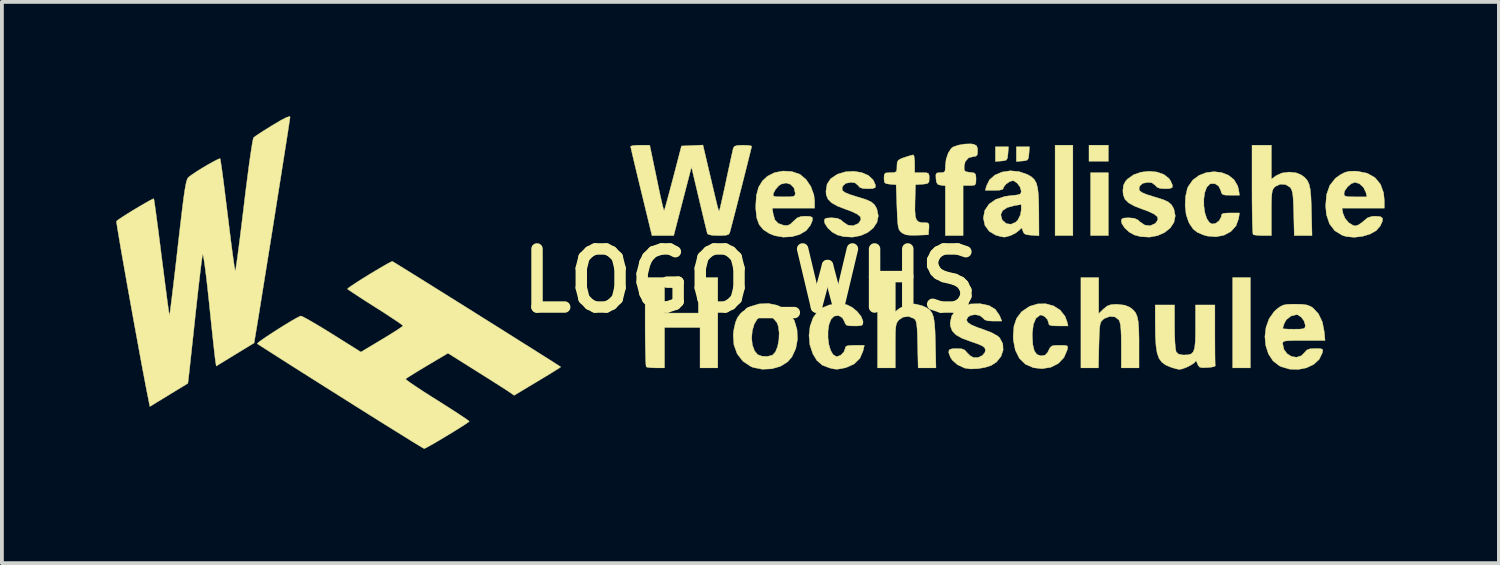
<source format=kicad_pcb>
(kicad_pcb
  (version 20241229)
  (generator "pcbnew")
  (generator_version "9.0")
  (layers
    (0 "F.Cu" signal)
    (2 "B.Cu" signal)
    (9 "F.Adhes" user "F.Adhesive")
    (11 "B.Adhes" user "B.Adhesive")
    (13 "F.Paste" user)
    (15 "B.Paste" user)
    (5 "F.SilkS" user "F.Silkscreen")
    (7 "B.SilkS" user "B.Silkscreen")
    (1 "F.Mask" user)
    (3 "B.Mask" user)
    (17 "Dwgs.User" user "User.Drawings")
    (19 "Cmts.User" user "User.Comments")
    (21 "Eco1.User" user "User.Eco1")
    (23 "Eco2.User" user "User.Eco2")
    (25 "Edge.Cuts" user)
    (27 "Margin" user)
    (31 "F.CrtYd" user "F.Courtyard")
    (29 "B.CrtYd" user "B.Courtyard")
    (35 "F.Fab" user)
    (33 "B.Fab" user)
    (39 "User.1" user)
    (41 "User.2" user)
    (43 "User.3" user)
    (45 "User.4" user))
  (footprint "LOGO_WHS"
    (layer "F.Cu")
    (at 16.624 4.314)
    (property "Reference" "LOGO_WHS" (at 0 0 0) (layer "F.SilkS") (effects (font (size 1.524 1.524) (thickness 0.3))))
    (attr through_hole)
    (fp_poly (pts (xy 8.467 -1.185) (xy 8.001 -1.185) (xy 8.001 -3.556) (xy 8.467 -3.556) (xy 8.467 -1.185)) (stroke (width 0.01) (type solid)) (fill yes) (layer "F.SilkS"))
    (fp_poly (pts (xy 9.398 -3.133) (xy 8.89 -3.133) (xy 8.89 -3.556) (xy 9.398 -3.556) (xy 9.398 -3.133)) (stroke (width 0.01) (type solid)) (fill yes) (layer "F.SilkS"))
    (fp_poly (pts (xy 9.398 -1.185) (xy 8.932 -1.185) (xy 8.932 -2.836) (xy 9.398 -2.836) (xy 9.398 -1.185)) (stroke (width 0.01) (type solid)) (fill yes) (layer "F.SilkS"))
    (fp_poly (pts (xy 13.123 2.286) (xy 12.658 2.286) (xy 12.658 -0.085) (xy 13.123 -0.085) (xy 13.123 2.286)) (stroke (width 0.01) (type solid)) (fill yes) (layer "F.SilkS"))
    (fp_poly (pts (xy 6.765 -3.334) (xy 6.752 -3.22) (xy 6.721 -3.166) (xy 6.648 -3.146) (xy 6.593 -3.141) (xy 6.435 -3.128) (xy 6.435 -3.514) (xy 6.778 -3.514) (xy 6.765 -3.334)) (stroke (width 0.01) (type solid)) (fill yes) (layer "F.SilkS"))
    (fp_poly (pts (xy 7.316 -3.334) (xy 7.303 -3.22) (xy 7.271 -3.166) (xy 7.198 -3.146) (xy 7.144 -3.141) (xy 6.985 -3.128) (xy 6.985 -3.514) (xy 7.329 -3.514) (xy 7.316 -3.334)) (stroke (width 0.01) (type solid)) (fill yes) (layer "F.SilkS"))
    (fp_poly (pts (xy -2.244 0.847) (xy -1.355 0.847) (xy -1.355 -0.085) (xy -0.847 -0.085) (xy -0.847 2.286) (xy -1.312 2.286) (xy -1.312 1.228) (xy -2.244 1.228) (xy -2.244 2.286) (xy -2.469 2.286) (xy -2.601 2.281) (xy -2.696 2.269) (xy -2.723 2.258) (xy -2.731 2.21) (xy -2.738 2.088) (xy -2.743 1.904) (xy -2.748 1.669) (xy -2.751 1.394) (xy -2.752 1.091) (xy -2.752 1.072) (xy -2.752 -0.085) (xy -2.244 -0.085) (xy -2.244 0.847)) (stroke (width 0.01) (type solid)) (fill yes) (layer "F.SilkS"))
    (fp_poly (pts (xy 3.81 0.81) (xy 3.92 0.724) (xy 4.109 0.626) (xy 4.321 0.608) (xy 4.507 0.653) (xy 4.623 0.704) (xy 4.71 0.762) (xy 4.771 0.842) (xy 4.813 0.956) (xy 4.838 1.116) (xy 4.853 1.335) (xy 4.861 1.619) (xy 4.876 2.286) (xy 4.409 2.286) (xy 4.395 1.669) (xy 4.389 1.425) (xy 4.381 1.252) (xy 4.369 1.136) (xy 4.352 1.062) (xy 4.328 1.017) (xy 4.299 0.991) (xy 4.159 0.936) (xy 4.012 0.955) (xy 3.902 1.029) (xy 3.865 1.075) (xy 3.839 1.129) (xy 3.823 1.207) (xy 3.814 1.325) (xy 3.811 1.498) (xy 3.81 1.707) (xy 3.81 2.286) (xy 3.344 2.286) (xy 3.344 -0.085) (xy 3.81 -0.085) (xy 3.81 0.81)) (stroke (width 0.01) (type solid)) (fill yes) (layer "F.SilkS"))
    (fp_poly (pts (xy 9.144 0.863) (xy 9.272 0.74) (xy 9.367 0.663) (xy 9.466 0.627) (xy 9.608 0.617) (xy 9.621 0.617) (xy 9.83 0.641) (xy 9.961 0.696) (xy 10.047 0.762) (xy 10.111 0.838) (xy 10.154 0.938) (xy 10.182 1.075) (xy 10.196 1.264) (xy 10.202 1.517) (xy 10.202 1.649) (xy 10.202 2.286) (xy 9.737 2.286) (xy 9.737 1.703) (xy 9.735 1.451) (xy 9.727 1.271) (xy 9.714 1.147) (xy 9.692 1.066) (xy 9.671 1.025) (xy 9.571 0.949) (xy 9.439 0.936) (xy 9.302 0.986) (xy 9.265 1.012) (xy 9.225 1.049) (xy 9.197 1.093) (xy 9.179 1.16) (xy 9.167 1.265) (xy 9.159 1.422) (xy 9.152 1.647) (xy 9.151 1.689) (xy 9.138 2.286) (xy 8.678 2.286) (xy 8.678 -0.085) (xy 9.144 -0.085) (xy 9.144 0.863)) (stroke (width 0.01) (type solid)) (fill yes) (layer "F.SilkS"))
    (fp_poly (pts (xy 5.861 -3.581) (xy 5.936 -3.547) (xy 5.965 -3.478) (xy 5.969 -3.407) (xy 5.961 -3.307) (xy 5.924 -3.266) (xy 5.871 -3.26) (xy 5.732 -3.225) (xy 5.644 -3.126) (xy 5.616 -3.004) (xy 5.618 -2.908) (xy 5.651 -2.864) (xy 5.74 -2.847) (xy 5.768 -2.844) (xy 5.87 -2.831) (xy 5.915 -2.794) (xy 5.926 -2.709) (xy 5.927 -2.664) (xy 5.922 -2.558) (xy 5.894 -2.51) (xy 5.816 -2.498) (xy 5.757 -2.498) (xy 5.588 -2.498) (xy 5.588 -1.185) (xy 5.122 -1.185) (xy 5.122 -2.492) (xy 5.006 -2.505) (xy 4.927 -2.526) (xy 4.89 -2.582) (xy 4.876 -2.678) (xy 4.873 -2.781) (xy 4.898 -2.826) (xy 4.97 -2.836) (xy 4.993 -2.836) (xy 5.076 -2.843) (xy 5.113 -2.878) (xy 5.122 -2.966) (xy 5.122 -3.007) (xy 5.143 -3.189) (xy 5.199 -3.353) (xy 5.279 -3.474) (xy 5.325 -3.509) (xy 5.459 -3.556) (xy 5.628 -3.586) (xy 5.79 -3.591) (xy 5.861 -3.581)) (stroke (width 0.01) (type solid)) (fill yes) (layer "F.SilkS"))
    (fp_poly (pts (xy 13.674 -2.664) (xy 13.801 -2.758) (xy 13.951 -2.826) (xy 14.138 -2.851) (xy 14.323 -2.831) (xy 14.456 -2.777) (xy 14.547 -2.71) (xy 14.613 -2.636) (xy 14.66 -2.541) (xy 14.691 -2.41) (xy 14.71 -2.23) (xy 14.721 -1.987) (xy 14.725 -1.833) (xy 14.74 -1.185) (xy 14.274 -1.185) (xy 14.26 -1.774) (xy 14.252 -2.015) (xy 14.243 -2.187) (xy 14.229 -2.303) (xy 14.208 -2.381) (xy 14.179 -2.433) (xy 14.165 -2.451) (xy 14.047 -2.524) (xy 13.907 -2.532) (xy 13.779 -2.474) (xy 13.758 -2.455) (xy 13.724 -2.414) (xy 13.701 -2.36) (xy 13.686 -2.278) (xy 13.678 -2.154) (xy 13.674 -1.971) (xy 13.674 -1.778) (xy 13.674 -1.185) (xy 13.448 -1.185) (xy 13.316 -1.19) (xy 13.222 -1.203) (xy 13.194 -1.214) (xy 13.186 -1.262) (xy 13.18 -1.383) (xy 13.174 -1.567) (xy 13.17 -1.802) (xy 13.167 -2.077) (xy 13.166 -2.381) (xy 13.166 -2.399) (xy 13.166 -3.556) (xy 13.674 -3.556) (xy 13.674 -2.664)) (stroke (width 0.01) (type solid)) (fill yes) (layer "F.SilkS"))
    (fp_poly (pts (xy 0.718 0.645) (xy 0.929 0.755) (xy 1.034 0.849) (xy 1.163 1.049) (xy 1.232 1.284) (xy 1.244 1.535) (xy 1.199 1.779) (xy 1.098 1.996) (xy 0.987 2.126) (xy 0.799 2.244) (xy 0.568 2.31) (xy 0.32 2.321) (xy 0.083 2.274) (xy 0.019 2.249) (xy -0.188 2.111) (xy -0.337 1.918) (xy -0.423 1.682) (xy -0.436 1.497) (xy 0.041 1.497) (xy 0.06 1.681) (xy 0.117 1.838) (xy 0.2 1.937) (xy 0.313 1.98) (xy 0.457 1.985) (xy 0.588 1.95) (xy 0.591 1.948) (xy 0.666 1.866) (xy 0.722 1.725) (xy 0.756 1.55) (xy 0.763 1.365) (xy 0.741 1.196) (xy 0.707 1.101) (xy 0.606 0.981) (xy 0.466 0.915) (xy 0.318 0.917) (xy 0.305 0.92) (xy 0.193 0.998) (xy 0.11 1.134) (xy 0.059 1.308) (xy 0.041 1.497) (xy -0.436 1.497) (xy -0.442 1.414) (xy -0.423 1.27) (xy -0.383 1.094) (xy -0.333 0.971) (xy -0.259 0.871) (xy -0.204 0.817) (xy -0.003 0.681) (xy 0.232 0.608) (xy 0.479 0.596) (xy 0.718 0.645)) (stroke (width 0.01) (type solid)) (fill yes) (layer "F.SilkS"))
    (fp_poly (pts (xy 11.134 1.209) (xy 11.137 1.428) (xy 11.145 1.621) (xy 11.158 1.77) (xy 11.174 1.857) (xy 11.177 1.865) (xy 11.241 1.926) (xy 11.359 1.947) (xy 11.386 1.947) (xy 11.495 1.942) (xy 11.573 1.918) (xy 11.626 1.863) (xy 11.659 1.767) (xy 11.677 1.616) (xy 11.683 1.4) (xy 11.684 1.225) (xy 11.684 0.635) (xy 12.192 0.635) (xy 12.192 1.418) (xy 12.193 1.668) (xy 12.194 1.888) (xy 12.196 2.065) (xy 12.199 2.185) (xy 12.203 2.233) (xy 12.171 2.253) (xy 12.078 2.27) (xy 11.995 2.277) (xy 11.865 2.281) (xy 11.794 2.267) (xy 11.755 2.223) (xy 11.734 2.172) (xy 11.704 2.106) (xy 11.688 2.104) (xy 11.687 2.108) (xy 11.65 2.155) (xy 11.559 2.215) (xy 11.444 2.272) (xy 11.331 2.313) (xy 11.261 2.326) (xy 11.182 2.311) (xy 11.065 2.277) (xy 11.032 2.266) (xy 10.9 2.209) (xy 10.8 2.136) (xy 10.727 2.036) (xy 10.678 1.898) (xy 10.648 1.709) (xy 10.632 1.459) (xy 10.628 1.154) (xy 10.626 0.635) (xy 11.134 0.635) (xy 11.134 1.209)) (stroke (width 0.01) (type solid)) (fill yes) (layer "F.SilkS"))
    (fp_poly (pts (xy 7.96 0.659) (xy 8.132 0.768) (xy 8.259 0.928) (xy 8.313 1.069) (xy 8.341 1.185) (xy 8.086 1.185) (xy 7.943 1.182) (xy 7.866 1.168) (xy 7.835 1.137) (xy 7.832 1.107) (xy 7.801 1.018) (xy 7.729 0.94) (xy 7.644 0.9) (xy 7.603 0.903) (xy 7.497 0.987) (xy 7.431 1.145) (xy 7.404 1.377) (xy 7.403 1.437) (xy 7.416 1.674) (xy 7.455 1.836) (xy 7.522 1.932) (xy 7.622 1.968) (xy 7.642 1.968) (xy 7.739 1.951) (xy 7.802 1.885) (xy 7.829 1.831) (xy 7.87 1.751) (xy 7.919 1.71) (xy 8.005 1.695) (xy 8.119 1.693) (xy 8.251 1.695) (xy 8.316 1.708) (xy 8.333 1.742) (xy 8.322 1.808) (xy 8.321 1.81) (xy 8.233 2.015) (xy 8.084 2.171) (xy 7.887 2.27) (xy 7.656 2.307) (xy 7.431 2.281) (xy 7.224 2.191) (xy 7.064 2.035) (xy 6.957 1.819) (xy 6.905 1.551) (xy 6.901 1.449) (xy 6.922 1.19) (xy 6.99 0.988) (xy 7.113 0.824) (xy 7.139 0.8) (xy 7.332 0.671) (xy 7.544 0.607) (xy 7.758 0.604) (xy 7.96 0.659)) (stroke (width 0.01) (type solid)) (fill yes) (layer "F.SilkS"))
    (fp_poly (pts (xy 12.37 -2.837) (xy 12.549 -2.767) (xy 12.695 -2.65) (xy 12.79 -2.489) (xy 12.813 -2.398) (xy 12.838 -2.244) (xy 12.605 -2.244) (xy 12.471 -2.246) (xy 12.398 -2.262) (xy 12.364 -2.303) (xy 12.346 -2.372) (xy 12.29 -2.484) (xy 12.194 -2.547) (xy 12.082 -2.546) (xy 12.059 -2.536) (xy 11.979 -2.453) (xy 11.927 -2.315) (xy 11.902 -2.144) (xy 11.904 -1.959) (xy 11.93 -1.781) (xy 11.98 -1.629) (xy 12.052 -1.524) (xy 12.121 -1.489) (xy 12.218 -1.508) (xy 12.307 -1.579) (xy 12.358 -1.674) (xy 12.361 -1.7) (xy 12.373 -1.745) (xy 12.422 -1.769) (xy 12.527 -1.777) (xy 12.6 -1.778) (xy 12.838 -1.778) (xy 12.813 -1.623) (xy 12.744 -1.437) (xy 12.612 -1.292) (xy 12.432 -1.195) (xy 12.22 -1.153) (xy 11.989 -1.173) (xy 11.885 -1.204) (xy 11.73 -1.271) (xy 11.623 -1.356) (xy 11.534 -1.486) (xy 11.504 -1.542) (xy 11.439 -1.733) (xy 11.412 -1.966) (xy 11.422 -2.205) (xy 11.469 -2.415) (xy 11.492 -2.47) (xy 11.613 -2.642) (xy 11.777 -2.764) (xy 11.968 -2.837) (xy 12.171 -2.861) (xy 12.37 -2.837)) (stroke (width 0.01) (type solid)) (fill yes) (layer "F.SilkS"))
    (fp_poly (pts (xy 2.526 0.626) (xy 2.54 0.63) (xy 2.679 0.699) (xy 2.81 0.808) (xy 2.912 0.935) (xy 2.961 1.057) (xy 2.963 1.081) (xy 2.957 1.141) (xy 2.924 1.172) (xy 2.843 1.184) (xy 2.735 1.185) (xy 2.601 1.182) (xy 2.529 1.164) (xy 2.494 1.122) (xy 2.481 1.081) (xy 2.42 0.969) (xy 2.321 0.913) (xy 2.21 0.927) (xy 2.203 0.931) (xy 2.123 1.013) (xy 2.071 1.147) (xy 2.045 1.314) (xy 2.044 1.496) (xy 2.067 1.673) (xy 2.112 1.826) (xy 2.178 1.938) (xy 2.264 1.988) (xy 2.28 1.99) (xy 2.377 1.954) (xy 2.46 1.869) (xy 2.498 1.77) (xy 2.498 1.764) (xy 2.512 1.724) (xy 2.569 1.702) (xy 2.684 1.694) (xy 2.747 1.693) (xy 2.997 1.693) (xy 2.962 1.846) (xy 2.878 2.039) (xy 2.727 2.185) (xy 2.522 2.276) (xy 2.49 2.284) (xy 2.362 2.31) (xy 2.281 2.321) (xy 2.211 2.315) (xy 2.114 2.294) (xy 2.086 2.287) (xy 1.896 2.215) (xy 1.753 2.092) (xy 1.647 1.918) (xy 1.569 1.683) (xy 1.546 1.435) (xy 1.575 1.191) (xy 1.653 0.973) (xy 1.775 0.798) (xy 1.874 0.719) (xy 2.077 0.635) (xy 2.309 0.603) (xy 2.526 0.626)) (stroke (width 0.01) (type solid)) (fill yes) (layer "F.SilkS"))
    (fp_poly (pts (xy 15.931 -2.871) (xy 16.188 -2.82) (xy 16.391 -2.705) (xy 16.536 -2.531) (xy 16.618 -2.302) (xy 16.636 -2.106) (xy 16.637 -1.905) (xy 15.526 -1.905) (xy 15.552 -1.767) (xy 15.607 -1.635) (xy 15.705 -1.521) (xy 15.82 -1.451) (xy 15.881 -1.439) (xy 15.963 -1.468) (xy 16.064 -1.539) (xy 16.093 -1.566) (xy 16.201 -1.653) (xy 16.316 -1.689) (xy 16.407 -1.693) (xy 16.533 -1.682) (xy 16.59 -1.641) (xy 16.584 -1.557) (xy 16.528 -1.434) (xy 16.424 -1.316) (xy 16.261 -1.224) (xy 16.06 -1.164) (xy 15.845 -1.14) (xy 15.638 -1.16) (xy 15.536 -1.191) (xy 15.337 -1.312) (xy 15.198 -1.493) (xy 15.118 -1.735) (xy 15.097 -1.968) (xy 15.123 -2.265) (xy 15.131 -2.288) (xy 15.579 -2.288) (xy 15.586 -2.243) (xy 15.62 -2.217) (xy 15.7 -2.205) (xy 15.842 -2.201) (xy 15.88 -2.201) (xy 16.181 -2.201) (xy 16.153 -2.318) (xy 16.091 -2.447) (xy 15.988 -2.543) (xy 15.871 -2.582) (xy 15.868 -2.582) (xy 15.771 -2.548) (xy 15.672 -2.464) (xy 15.599 -2.361) (xy 15.579 -2.288) (xy 15.131 -2.288) (xy 15.207 -2.503) (xy 15.353 -2.687) (xy 15.478 -2.778) (xy 15.601 -2.842) (xy 15.714 -2.871) (xy 15.855 -2.875) (xy 15.931 -2.871)) (stroke (width 0.01) (type solid)) (fill yes) (layer "F.SilkS"))
    (fp_poly (pts (xy 4.302 -3.264) (xy 4.315 -3.165) (xy 4.318 -3.069) (xy 4.318 -2.836) (xy 4.508 -2.836) (xy 4.626 -2.833) (xy 4.681 -2.812) (xy 4.698 -2.755) (xy 4.699 -2.691) (xy 4.694 -2.599) (xy 4.662 -2.555) (xy 4.58 -2.537) (xy 4.519 -2.532) (xy 4.339 -2.519) (xy 4.327 -2.081) (xy 4.324 -1.853) (xy 4.335 -1.697) (xy 4.364 -1.599) (xy 4.416 -1.547) (xy 4.498 -1.526) (xy 4.559 -1.524) (xy 4.653 -1.519) (xy 4.691 -1.487) (xy 4.694 -1.403) (xy 4.691 -1.365) (xy 4.678 -1.206) (xy 4.378 -1.194) (xy 4.206 -1.192) (xy 4.093 -1.205) (xy 4.013 -1.238) (xy 3.976 -1.264) (xy 3.935 -1.302) (xy 3.906 -1.348) (xy 3.886 -1.416) (xy 3.872 -1.523) (xy 3.862 -1.683) (xy 3.853 -1.911) (xy 3.852 -1.933) (xy 3.831 -2.519) (xy 3.672 -2.532) (xy 3.568 -2.547) (xy 3.524 -2.584) (xy 3.514 -2.67) (xy 3.514 -2.691) (xy 3.519 -2.784) (xy 3.551 -2.825) (xy 3.634 -2.836) (xy 3.683 -2.836) (xy 3.791 -2.84) (xy 3.84 -2.869) (xy 3.852 -2.945) (xy 3.852 -3.002) (xy 3.858 -3.102) (xy 3.887 -3.161) (xy 3.962 -3.203) (xy 4.05 -3.235) (xy 4.172 -3.274) (xy 4.26 -3.298) (xy 4.283 -3.302) (xy 4.302 -3.264)) (stroke (width 0.01) (type solid)) (fill yes) (layer "F.SilkS"))
    (fp_poly (pts (xy 1.095 -2.865) (xy 1.3 -2.796) (xy 1.309 -2.791) (xy 1.468 -2.658) (xy 1.595 -2.47) (xy 1.674 -2.252) (xy 1.693 -2.087) (xy 1.693 -1.905) (xy 0.582 -1.905) (xy 0.607 -1.749) (xy 0.651 -1.597) (xy 0.736 -1.506) (xy 0.878 -1.456) (xy 0.977 -1.448) (xy 1.056 -1.483) (xy 1.138 -1.561) (xy 1.235 -1.648) (xy 1.336 -1.686) (xy 1.456 -1.693) (xy 1.582 -1.686) (xy 1.639 -1.654) (xy 1.635 -1.581) (xy 1.584 -1.458) (xy 1.473 -1.317) (xy 1.304 -1.215) (xy 1.097 -1.156) (xy 0.871 -1.144) (xy 0.645 -1.183) (xy 0.507 -1.238) (xy 0.345 -1.343) (xy 0.237 -1.476) (xy 0.174 -1.651) (xy 0.15 -1.885) (xy 0.149 -1.968) (xy 0.166 -2.241) (xy 0.168 -2.247) (xy 0.605 -2.247) (xy 0.622 -2.219) (xy 0.683 -2.205) (xy 0.804 -2.202) (xy 0.886 -2.201) (xy 1.042 -2.203) (xy 1.132 -2.212) (xy 1.173 -2.235) (xy 1.185 -2.277) (xy 1.185 -2.299) (xy 1.151 -2.437) (xy 1.062 -2.529) (xy 0.942 -2.565) (xy 0.813 -2.534) (xy 0.75 -2.49) (xy 0.666 -2.394) (xy 0.615 -2.298) (xy 0.614 -2.297) (xy 0.605 -2.247) (xy 0.168 -2.247) (xy 0.223 -2.453) (xy 0.326 -2.621) (xy 0.456 -2.742) (xy 0.642 -2.836) (xy 0.865 -2.878) (xy 1.095 -2.865)) (stroke (width 0.01) (type solid)) (fill yes) (layer "F.SilkS"))
    (fp_poly (pts (xy 6.033 0.602) (xy 6.264 0.649) (xy 6.432 0.749) (xy 6.542 0.907) (xy 6.549 0.924) (xy 6.604 1.058) (xy 6.381 1.058) (xy 6.238 1.051) (xy 6.154 1.024) (xy 6.106 0.974) (xy 6.023 0.911) (xy 5.903 0.889) (xy 5.783 0.908) (xy 5.712 0.956) (xy 5.679 1.026) (xy 5.708 1.092) (xy 5.804 1.157) (xy 5.975 1.229) (xy 6.094 1.269) (xy 6.335 1.36) (xy 6.494 1.45) (xy 6.548 1.499) (xy 6.629 1.651) (xy 6.638 1.819) (xy 6.582 1.985) (xy 6.466 2.13) (xy 6.331 2.219) (xy 6.166 2.273) (xy 5.969 2.306) (xy 5.777 2.313) (xy 5.627 2.29) (xy 5.439 2.202) (xy 5.302 2.081) (xy 5.256 2.008) (xy 5.21 1.885) (xy 5.221 1.814) (xy 5.297 1.784) (xy 5.414 1.778) (xy 5.548 1.785) (xy 5.629 1.816) (xy 5.687 1.88) (xy 5.689 1.883) (xy 5.776 1.97) (xy 5.864 2.015) (xy 5.983 2.013) (xy 6.091 1.962) (xy 6.161 1.879) (xy 6.173 1.807) (xy 6.152 1.757) (xy 6.095 1.711) (xy 5.986 1.662) (xy 5.812 1.602) (xy 5.8 1.598) (xy 5.563 1.51) (xy 5.401 1.419) (xy 5.302 1.315) (xy 5.256 1.19) (xy 5.249 1.104) (xy 5.288 0.924) (xy 5.396 0.777) (xy 5.563 0.669) (xy 5.779 0.609) (xy 6.032 0.601) (xy 6.033 0.602)) (stroke (width 0.01) (type solid)) (fill yes) (layer "F.SilkS"))
    (fp_poly (pts (xy 2.927 -2.838) (xy 3.101 -2.764) (xy 3.222 -2.652) (xy 3.24 -2.622) (xy 3.29 -2.508) (xy 3.285 -2.445) (xy 3.214 -2.418) (xy 3.092 -2.413) (xy 2.955 -2.421) (xy 2.876 -2.45) (xy 2.836 -2.498) (xy 2.758 -2.566) (xy 2.653 -2.582) (xy 2.509 -2.556) (xy 2.429 -2.482) (xy 2.413 -2.41) (xy 2.43 -2.361) (xy 2.49 -2.315) (xy 2.605 -2.266) (xy 2.787 -2.208) (xy 2.865 -2.186) (xy 3.056 -2.124) (xy 3.184 -2.064) (xy 3.266 -1.991) (xy 3.322 -1.894) (xy 3.326 -1.883) (xy 3.364 -1.701) (xy 3.329 -1.532) (xy 3.232 -1.384) (xy 3.085 -1.266) (xy 2.899 -1.183) (xy 2.686 -1.144) (xy 2.457 -1.157) (xy 2.291 -1.201) (xy 2.156 -1.275) (xy 2.04 -1.382) (xy 1.964 -1.498) (xy 1.947 -1.569) (xy 1.96 -1.62) (xy 2.013 -1.644) (xy 2.126 -1.651) (xy 2.144 -1.651) (xy 2.287 -1.639) (xy 2.385 -1.594) (xy 2.438 -1.545) (xy 2.564 -1.46) (xy 2.702 -1.443) (xy 2.829 -1.497) (xy 2.86 -1.526) (xy 2.908 -1.606) (xy 2.894 -1.678) (xy 2.812 -1.747) (xy 2.656 -1.821) (xy 2.521 -1.87) (xy 2.293 -1.958) (xy 2.136 -2.046) (xy 2.042 -2.142) (xy 1.997 -2.256) (xy 1.99 -2.347) (xy 2.02 -2.534) (xy 2.115 -2.677) (xy 2.283 -2.789) (xy 2.302 -2.798) (xy 2.507 -2.859) (xy 2.722 -2.871) (xy 2.927 -2.838)) (stroke (width 0.01) (type solid)) (fill yes) (layer "F.SilkS"))
    (fp_poly (pts (xy 10.671 -2.852) (xy 10.852 -2.789) (xy 10.988 -2.683) (xy 11.029 -2.622) (xy 11.08 -2.507) (xy 11.073 -2.444) (xy 11.001 -2.417) (xy 10.89 -2.413) (xy 10.751 -2.423) (xy 10.67 -2.457) (xy 10.635 -2.498) (xy 10.544 -2.568) (xy 10.443 -2.582) (xy 10.299 -2.556) (xy 10.218 -2.482) (xy 10.202 -2.41) (xy 10.22 -2.361) (xy 10.28 -2.315) (xy 10.394 -2.266) (xy 10.576 -2.208) (xy 10.654 -2.186) (xy 10.846 -2.124) (xy 10.973 -2.064) (xy 11.055 -1.991) (xy 11.111 -1.894) (xy 11.116 -1.883) (xy 11.153 -1.701) (xy 11.118 -1.532) (xy 11.021 -1.384) (xy 10.874 -1.266) (xy 10.688 -1.183) (xy 10.475 -1.144) (xy 10.246 -1.157) (xy 10.08 -1.201) (xy 9.946 -1.275) (xy 9.829 -1.382) (xy 9.753 -1.498) (xy 9.737 -1.569) (xy 9.75 -1.62) (xy 9.802 -1.644) (xy 9.916 -1.651) (xy 9.933 -1.651) (xy 10.076 -1.639) (xy 10.175 -1.594) (xy 10.227 -1.545) (xy 10.353 -1.46) (xy 10.492 -1.443) (xy 10.618 -1.497) (xy 10.649 -1.526) (xy 10.698 -1.606) (xy 10.684 -1.678) (xy 10.602 -1.747) (xy 10.445 -1.821) (xy 10.311 -1.87) (xy 10.084 -1.957) (xy 9.929 -2.043) (xy 9.834 -2.137) (xy 9.788 -2.252) (xy 9.779 -2.36) (xy 9.794 -2.504) (xy 9.849 -2.611) (xy 9.899 -2.666) (xy 10.059 -2.78) (xy 10.255 -2.848) (xy 10.466 -2.872) (xy 10.671 -2.852)) (stroke (width 0.01) (type solid)) (fill yes) (layer "F.SilkS"))
    (fp_poly (pts (xy 14.484 0.618) (xy 14.608 0.636) (xy 14.701 0.672) (xy 14.759 0.708) (xy 14.907 0.864) (xy 15.011 1.082) (xy 15.062 1.344) (xy 15.081 1.566) (xy 14.526 1.566) (xy 14.3 1.567) (xy 14.145 1.571) (xy 14.048 1.579) (xy 13.995 1.594) (xy 13.974 1.618) (xy 13.97 1.649) (xy 14.002 1.8) (xy 14.087 1.915) (xy 14.204 1.987) (xy 14.335 2.007) (xy 14.459 1.968) (xy 14.547 1.881) (xy 14.604 1.817) (xy 14.683 1.786) (xy 14.814 1.778) (xy 14.826 1.778) (xy 14.951 1.78) (xy 15.009 1.795) (xy 15.021 1.834) (xy 15.009 1.894) (xy 14.927 2.063) (xy 14.783 2.195) (xy 14.594 2.284) (xy 14.376 2.327) (xy 14.148 2.318) (xy 13.924 2.251) (xy 13.886 2.233) (xy 13.718 2.103) (xy 13.597 1.919) (xy 13.526 1.7) (xy 13.504 1.462) (xy 13.529 1.255) (xy 13.97 1.255) (xy 14.009 1.262) (xy 14.111 1.268) (xy 14.255 1.27) (xy 14.266 1.27) (xy 14.421 1.268) (xy 14.51 1.259) (xy 14.551 1.236) (xy 14.562 1.192) (xy 14.563 1.164) (xy 14.532 1.056) (xy 14.459 0.956) (xy 14.368 0.895) (xy 14.332 0.889) (xy 14.188 0.926) (xy 14.067 1.022) (xy 14.014 1.113) (xy 13.984 1.205) (xy 13.97 1.254) (xy 13.97 1.255) (xy 13.529 1.255) (xy 13.533 1.223) (xy 13.613 0.999) (xy 13.746 0.809) (xy 13.815 0.745) (xy 13.906 0.678) (xy 13.989 0.638) (xy 14.091 0.619) (xy 14.241 0.614) (xy 14.302 0.614) (xy 14.484 0.618)) (stroke (width 0.01) (type solid)) (fill yes) (layer "F.SilkS"))
    (fp_poly (pts (xy 7.053 -2.864) (xy 7.276 -2.787) (xy 7.283 -2.783) (xy 7.383 -2.724) (xy 7.457 -2.654) (xy 7.51 -2.559) (xy 7.544 -2.427) (xy 7.564 -2.245) (xy 7.573 -2) (xy 7.575 -1.786) (xy 7.578 -1.181) (xy 7.378 -1.194) (xy 7.253 -1.208) (xy 7.188 -1.238) (xy 7.158 -1.298) (xy 7.155 -1.307) (xy 7.133 -1.377) (xy 7.102 -1.37) (xy 7.069 -1.333) (xy 6.97 -1.254) (xy 6.832 -1.185) (xy 6.697 -1.148) (xy 6.658 -1.145) (xy 6.568 -1.161) (xy 6.449 -1.195) (xy 6.439 -1.198) (xy 6.271 -1.299) (xy 6.16 -1.453) (xy 6.119 -1.645) (xy 6.119 -1.651) (xy 6.136 -1.735) (xy 6.576 -1.735) (xy 6.607 -1.611) (xy 6.623 -1.585) (xy 6.722 -1.499) (xy 6.844 -1.482) (xy 6.967 -1.536) (xy 7.024 -1.593) (xy 7.091 -1.728) (xy 7.112 -1.853) (xy 7.112 -2) (xy 6.941 -1.973) (xy 6.746 -1.921) (xy 6.623 -1.84) (xy 6.576 -1.735) (xy 6.136 -1.735) (xy 6.158 -1.848) (xy 6.269 -2.011) (xy 6.446 -2.134) (xy 6.683 -2.212) (xy 6.839 -2.233) (xy 6.986 -2.248) (xy 7.069 -2.266) (xy 7.104 -2.298) (xy 7.112 -2.351) (xy 7.112 -2.355) (xy 7.083 -2.457) (xy 7.012 -2.555) (xy 6.926 -2.617) (xy 6.889 -2.625) (xy 6.802 -2.597) (xy 6.713 -2.534) (xy 6.654 -2.461) (xy 6.646 -2.432) (xy 6.623 -2.395) (xy 6.545 -2.376) (xy 6.409 -2.371) (xy 6.171 -2.371) (xy 6.201 -2.487) (xy 6.281 -2.649) (xy 6.423 -2.772) (xy 6.61 -2.852) (xy 6.825 -2.884) (xy 7.053 -2.864)) (stroke (width 0.01) (type solid)) (fill yes) (layer "F.SilkS"))
    (fp_poly (pts (xy -1.059 -2.806) (xy -0.984 -2.49) (xy -0.927 -2.247) (xy -0.884 -2.069) (xy -0.854 -1.947) (xy -0.833 -1.873) (xy -0.819 -1.837) (xy -0.81 -1.831) (xy -0.803 -1.847) (xy -0.796 -1.874) (xy -0.793 -1.884) (xy -0.776 -1.952) (xy -0.745 -2.087) (xy -0.703 -2.275) (xy -0.654 -2.498) (xy -0.614 -2.688) (xy -0.562 -2.929) (xy -0.515 -3.144) (xy -0.477 -3.318) (xy -0.45 -3.437) (xy -0.439 -3.482) (xy -0.408 -3.527) (xy -0.334 -3.549) (xy -0.198 -3.556) (xy -0.188 -3.556) (xy -0.061 -3.551) (xy 0.023 -3.539) (xy 0.042 -3.527) (xy 0.032 -3.481) (xy 0.004 -3.366) (xy -0.038 -3.196) (xy -0.091 -2.982) (xy -0.153 -2.738) (xy -0.219 -2.476) (xy -0.287 -2.211) (xy -0.352 -1.954) (xy -0.413 -1.719) (xy -0.465 -1.518) (xy -0.505 -1.365) (xy -0.53 -1.273) (xy -0.534 -1.259) (xy -0.561 -1.218) (xy -0.626 -1.195) (xy -0.747 -1.186) (xy -0.83 -1.185) (xy -1.007 -1.194) (xy -1.103 -1.219) (xy -1.12 -1.238) (xy -1.134 -1.294) (xy -1.165 -1.419) (xy -1.209 -1.6) (xy -1.262 -1.823) (xy -1.323 -2.077) (xy -1.337 -2.138) (xy -1.537 -2.985) (xy -1.77 -2.085) (xy -2.003 -1.185) (xy -2.573 -1.185) (xy -2.853 -2.339) (xy -2.926 -2.639) (xy -2.992 -2.913) (xy -3.048 -3.149) (xy -3.092 -3.336) (xy -3.121 -3.464) (xy -3.133 -3.522) (xy -3.133 -3.524) (xy -3.094 -3.541) (xy -2.994 -3.553) (xy -2.882 -3.556) (xy -2.632 -3.556) (xy -2.589 -3.355) (xy -2.566 -3.243) (xy -2.53 -3.068) (xy -2.484 -2.851) (xy -2.434 -2.61) (xy -2.409 -2.487) (xy -2.362 -2.264) (xy -2.319 -2.075) (xy -2.285 -1.933) (xy -2.262 -1.852) (xy -2.254 -1.838) (xy -2.239 -1.882) (xy -2.206 -1.996) (xy -2.159 -2.167) (xy -2.101 -2.382) (xy -2.035 -2.63) (xy -2.018 -2.695) (xy -1.799 -3.535) (xy -1.518 -3.547) (xy -1.236 -3.56) (xy -1.059 -2.806)) (stroke (width 0.01) (type solid)) (fill yes) (layer "F.SilkS"))
    (fp_poly (pts (xy -9.345 -0.486) (xy -9.243 -0.424) (xy -9.085 -0.326) (xy -8.877 -0.197) (xy -8.628 -0.042) (xy -8.344 0.135) (xy -8.034 0.329) (xy -7.705 0.535) (xy -7.364 0.748) (xy -7.019 0.965) (xy -6.677 1.179) (xy -6.346 1.387) (xy -6.034 1.584) (xy -5.747 1.764) (xy -5.494 1.924) (xy -5.281 2.058) (xy -5.117 2.163) (xy -5.009 2.232) (xy -4.966 2.261) (xy -4.997 2.284) (xy -5.09 2.343) (xy -5.232 2.431) (xy -5.412 2.54) (xy -5.573 2.637) (xy -6.188 3.006) (xy -6.301 2.927) (xy -6.37 2.881) (xy -6.498 2.798) (xy -6.673 2.687) (xy -6.882 2.554) (xy -7.112 2.41) (xy -7.169 2.374) (xy -7.924 1.9) (xy -8.471 2.225) (xy -8.664 2.341) (xy -8.829 2.442) (xy -8.953 2.52) (xy -9.024 2.568) (xy -9.035 2.578) (xy -9.006 2.607) (xy -8.914 2.674) (xy -8.77 2.772) (xy -8.582 2.896) (xy -8.362 3.037) (xy -8.209 3.133) (xy -7.972 3.283) (xy -7.76 3.419) (xy -7.584 3.534) (xy -7.454 3.621) (xy -7.38 3.675) (xy -7.366 3.688) (xy -7.4 3.717) (xy -7.493 3.779) (xy -7.629 3.866) (xy -7.793 3.968) (xy -7.972 4.076) (xy -8.149 4.182) (xy -8.31 4.277) (xy -8.44 4.35) (xy -8.525 4.394) (xy -8.548 4.403) (xy -8.588 4.381) (xy -8.694 4.317) (xy -8.859 4.217) (xy -9.076 4.082) (xy -9.34 3.918) (xy -9.644 3.729) (xy -9.982 3.517) (xy -10.347 3.288) (xy -10.733 3.044) (xy -10.735 3.043) (xy -11.122 2.799) (xy -11.488 2.568) (xy -11.826 2.354) (xy -12.131 2.161) (xy -12.395 1.992) (xy -12.613 1.853) (xy -12.779 1.747) (xy -12.885 1.679) (xy -12.926 1.651) (xy -12.901 1.622) (xy -12.818 1.559) (xy -12.691 1.471) (xy -12.534 1.368) (xy -12.362 1.257) (xy -12.188 1.149) (xy -12.028 1.053) (xy -11.895 0.977) (xy -11.804 0.931) (xy -11.785 0.924) (xy -11.737 0.941) (xy -11.629 0.998) (xy -11.472 1.088) (xy -11.277 1.203) (xy -11.055 1.339) (xy -10.973 1.39) (xy -10.207 1.87) (xy -9.654 1.538) (xy -9.463 1.422) (xy -9.3 1.32) (xy -9.179 1.24) (xy -9.111 1.191) (xy -9.102 1.18) (xy -9.136 1.151) (xy -9.231 1.083) (xy -9.377 0.986) (xy -9.562 0.864) (xy -9.776 0.727) (xy -9.823 0.698) (xy -10.043 0.558) (xy -10.237 0.433) (xy -10.395 0.329) (xy -10.506 0.255) (xy -10.558 0.217) (xy -10.561 0.214) (xy -10.531 0.186) (xy -10.444 0.125) (xy -10.312 0.038) (xy -10.151 -0.064) (xy -9.975 -0.173) (xy -9.798 -0.279) (xy -9.636 -0.375) (xy -9.503 -0.451) (xy -9.413 -0.497) (xy -9.383 -0.508) (xy -9.345 -0.486)) (stroke (width 0.01) (type solid)) (fill yes) (layer "F.SilkS"))
    (fp_poly (pts (xy -12.065 -4.299) (xy -12.071 -4.249) (xy -12.09 -4.125) (xy -12.119 -3.934) (xy -12.158 -3.684) (xy -12.205 -3.385) (xy -12.259 -3.043) (xy -12.318 -2.667) (xy -12.382 -2.265) (xy -12.448 -1.846) (xy -12.516 -1.416) (xy -12.585 -0.985) (xy -12.653 -0.561) (xy -12.719 -0.152) (xy -12.781 0.235) (xy -12.838 0.591) (xy -12.889 0.908) (xy -12.933 1.178) (xy -12.969 1.392) (xy -12.994 1.543) (xy -13.008 1.623) (xy -13.01 1.633) (xy -13.047 1.655) (xy -13.143 1.713) (xy -13.284 1.799) (xy -13.457 1.904) (xy -13.51 1.937) (xy -14.002 2.238) (xy -14.026 2.082) (xy -14.036 2.002) (xy -14.053 1.85) (xy -14.077 1.636) (xy -14.105 1.373) (xy -14.137 1.072) (xy -14.171 0.744) (xy -14.188 0.578) (xy -14.223 0.253) (xy -14.256 -0.039) (xy -14.287 -0.288) (xy -14.314 -0.485) (xy -14.336 -0.622) (xy -14.352 -0.689) (xy -14.358 -0.692) (xy -14.369 -0.634) (xy -14.388 -0.501) (xy -14.413 -0.303) (xy -14.443 -0.049) (xy -14.478 0.25) (xy -14.515 0.586) (xy -14.555 0.948) (xy -14.564 1.037) (xy -14.603 1.401) (xy -14.64 1.737) (xy -14.672 2.036) (xy -14.7 2.29) (xy -14.722 2.49) (xy -14.738 2.625) (xy -14.746 2.688) (xy -14.747 2.691) (xy -14.783 2.713) (xy -14.878 2.771) (xy -15.019 2.857) (xy -15.193 2.963) (xy -15.248 2.997) (xy -15.743 3.299) (xy -15.787 3.078) (xy -15.829 2.869) (xy -15.879 2.607) (xy -15.937 2.301) (xy -16 1.961) (xy -16.067 1.595) (xy -16.137 1.213) (xy -16.208 0.822) (xy -16.278 0.433) (xy -16.346 0.054) (xy -16.409 -0.306) (xy -16.468 -0.637) (xy -16.519 -0.932) (xy -16.561 -1.181) (xy -16.593 -1.374) (xy -16.613 -1.504) (xy -16.619 -1.56) (xy -16.619 -1.562) (xy -16.575 -1.598) (xy -16.478 -1.664) (xy -16.342 -1.751) (xy -16.185 -1.848) (xy -16.022 -1.945) (xy -15.87 -2.034) (xy -15.746 -2.104) (xy -15.664 -2.145) (xy -15.641 -2.151) (xy -15.632 -2.107) (xy -15.614 -1.988) (xy -15.588 -1.804) (xy -15.556 -1.564) (xy -15.518 -1.278) (xy -15.477 -0.956) (xy -15.434 -0.617) (xy -15.389 -0.269) (xy -15.348 0.052) (xy -15.311 0.336) (xy -15.28 0.574) (xy -15.254 0.756) (xy -15.237 0.872) (xy -15.23 0.914) (xy -15.222 0.876) (xy -15.206 0.762) (xy -15.183 0.582) (xy -15.154 0.343) (xy -15.119 0.055) (xy -15.08 -0.276) (xy -15.038 -0.638) (xy -15.013 -0.86) (xy -14.963 -1.298) (xy -14.92 -1.661) (xy -14.885 -1.954) (xy -14.855 -2.186) (xy -14.829 -2.364) (xy -14.806 -2.497) (xy -14.786 -2.591) (xy -14.766 -2.655) (xy -14.746 -2.695) (xy -14.724 -2.72) (xy -14.641 -2.782) (xy -14.518 -2.864) (xy -14.372 -2.955) (xy -14.22 -3.045) (xy -14.08 -3.123) (xy -13.97 -3.18) (xy -13.908 -3.205) (xy -13.901 -3.205) (xy -13.891 -3.159) (xy -13.872 -3.039) (xy -13.846 -2.854) (xy -13.814 -2.615) (xy -13.778 -2.33) (xy -13.738 -2.01) (xy -13.702 -1.718) (xy -13.66 -1.377) (xy -13.621 -1.064) (xy -13.585 -0.788) (xy -13.554 -0.56) (xy -13.529 -0.389) (xy -13.511 -0.284) (xy -13.503 -0.254) (xy -13.493 -0.295) (xy -13.475 -0.411) (xy -13.449 -0.593) (xy -13.417 -0.833) (xy -13.38 -1.122) (xy -13.339 -1.451) (xy -13.295 -1.812) (xy -13.275 -1.979) (xy -13.23 -2.353) (xy -13.185 -2.702) (xy -13.144 -3.016) (xy -13.106 -3.286) (xy -13.073 -3.503) (xy -13.047 -3.658) (xy -13.028 -3.743) (xy -13.023 -3.754) (xy -12.97 -3.795) (xy -12.86 -3.869) (xy -12.709 -3.965) (xy -12.532 -4.075) (xy -12.52 -4.082) (xy -12.311 -4.206) (xy -12.164 -4.282) (xy -12.083 -4.309) (xy -12.065 -4.299)) (stroke (width 0.01) (type solid)) (fill yes) (layer "F.SilkS")))
  (gr_rect
    (start -3 -3)
    (end 36.266 11.722)
    (stroke (width 0.1) (type default))
    (fill no)
    (layer "Edge.Cuts")))
</source>
